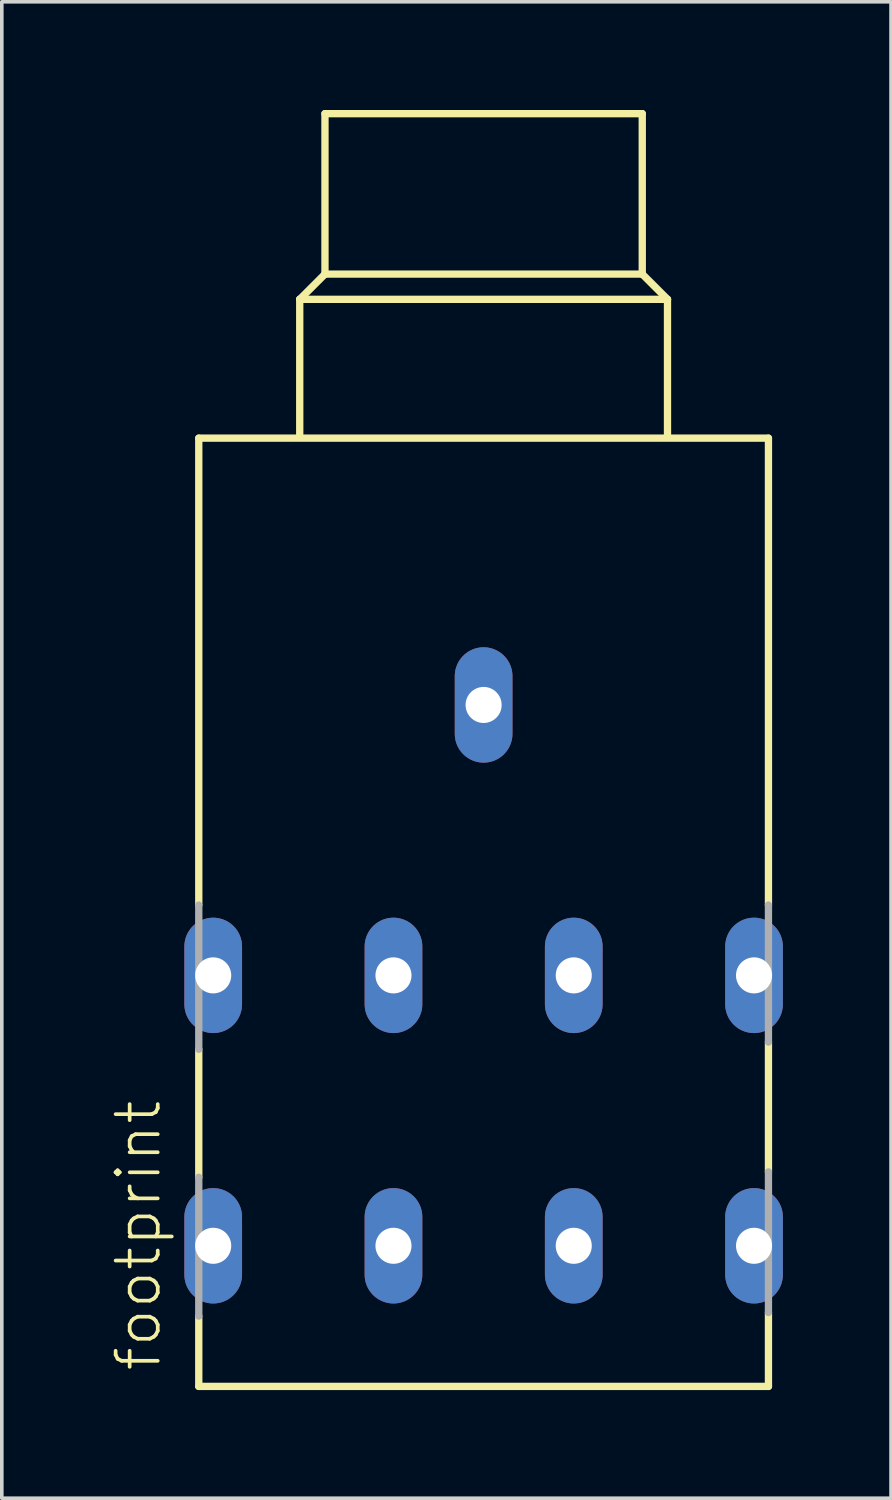
<source format=kicad_pcb>
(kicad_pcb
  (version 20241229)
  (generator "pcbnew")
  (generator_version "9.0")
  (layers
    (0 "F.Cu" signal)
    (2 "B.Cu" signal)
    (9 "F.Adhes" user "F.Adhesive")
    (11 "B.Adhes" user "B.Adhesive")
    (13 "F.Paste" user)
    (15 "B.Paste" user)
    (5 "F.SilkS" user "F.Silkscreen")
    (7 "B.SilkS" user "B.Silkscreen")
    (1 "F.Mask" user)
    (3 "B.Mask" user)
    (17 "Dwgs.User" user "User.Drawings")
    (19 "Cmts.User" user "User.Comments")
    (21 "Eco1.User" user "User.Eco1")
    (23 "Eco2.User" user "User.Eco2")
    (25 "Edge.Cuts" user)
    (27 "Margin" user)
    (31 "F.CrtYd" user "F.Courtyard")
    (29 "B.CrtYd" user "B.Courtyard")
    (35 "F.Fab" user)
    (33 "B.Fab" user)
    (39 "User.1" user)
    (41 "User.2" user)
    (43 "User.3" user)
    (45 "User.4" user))
  (footprint "footprint"
    (layer "F.Cu")
    (at 10.363 9.002)
    (property "Reference" "footprint" (at -8.89 26.035 90) (layer "F.SilkS") (effects (font (size 1.168 1.168) (thickness 0.102)) (justify left bottom)))
    (fp_line (start -7.9 0.1) (end 7.9 0.1) (stroke (width 0.203) (type solid)) (layer "F.SilkS"))
    (fp_line (start -7.9 13.05) (end -7.9 0.1) (stroke (width 0.203) (type solid)) (layer "F.SilkS"))
    (fp_line (start -7.9 20.6) (end -7.9 17.05) (stroke (width 0.203) (type solid)) (layer "F.SilkS"))
    (fp_line (start -7.9 26.4) (end -7.9 24.45) (stroke (width 0.203) (type solid)) (layer "F.SilkS"))
    (fp_line (start -5.1 -3.75) (end 5.1 -3.75) (stroke (width 0.203) (type solid)) (layer "F.SilkS"))
    (fp_line (start -5.1 0) (end -5.1 -3.75) (stroke (width 0.203) (type solid)) (layer "F.SilkS"))
    (fp_line (start -4.4 -8.9) (end 4.4 -8.9) (stroke (width 0.203) (type solid)) (layer "F.SilkS"))
    (fp_line (start -4.4 -4.45) (end -5.1 -3.75) (stroke (width 0.203) (type solid)) (layer "F.SilkS"))
    (fp_line (start -4.4 -4.45) (end -4.4 -8.9) (stroke (width 0.203) (type solid)) (layer "F.SilkS"))
    (fp_line (start 4.4 -8.9) (end 4.4 -4.45) (stroke (width 0.203) (type solid)) (layer "F.SilkS"))
    (fp_line (start 4.4 -4.45) (end -4.4 -4.45) (stroke (width 0.203) (type solid)) (layer "F.SilkS"))
    (fp_line (start 4.4 -4.45) (end 5.1 -3.75) (stroke (width 0.203) (type solid)) (layer "F.SilkS"))
    (fp_line (start 5.1 -3.75) (end 5.1 0) (stroke (width 0.203) (type solid)) (layer "F.SilkS"))
    (fp_line (start 7.9 0.1) (end 7.9 13.05) (stroke (width 0.203) (type solid)) (layer "F.SilkS"))
    (fp_line (start 7.9 16.85) (end 7.9 20.45) (stroke (width 0.203) (type solid)) (layer "F.SilkS"))
    (fp_line (start 7.9 24.35) (end 7.9 26.4) (stroke (width 0.203) (type solid)) (layer "F.SilkS"))
    (fp_line (start 7.9 26.4) (end -7.9 26.4) (stroke (width 0.203) (type solid)) (layer "F.SilkS"))
    (fp_line (start -7.9 17.05) (end -7.9 13.05) (stroke (width 0.203) (type solid)) (layer "F.Fab"))
    (fp_line (start -7.9 24.45) (end -7.9 20.6) (stroke (width 0.203) (type solid)) (layer "F.Fab"))
    (fp_line (start 7.9 13.05) (end 7.9 16.85) (stroke (width 0.203) (type solid)) (layer "F.Fab"))
    (fp_line (start 7.9 20.45) (end 7.9 24.35) (stroke (width 0.203) (type solid)) (layer "F.Fab"))
    (pad "1" thru_hole oval (at 0 7.5 90) (size 3.2 1.6) (drill 1) (layers "*.Cu" "*.Mask"))
    (pad "2" thru_hole oval (at 2.5 22.5 90) (size 3.2 1.6) (drill 1) (layers "*.Cu" "*.Mask"))
    (pad "3" thru_hole oval (at -2.5 22.5 90) (size 3.2 1.6) (drill 1) (layers "*.Cu" "*.Mask"))
    (pad "4" thru_hole oval (at 2.5 15 90) (size 3.2 1.6) (drill 1) (layers "*.Cu" "*.Mask"))
    (pad "5" thru_hole oval (at 7.5 15 90) (size 3.2 1.6) (drill 1) (layers "*.Cu" "*.Mask"))
    (pad "6" thru_hole oval (at 7.5 22.5 90) (size 3.2 1.6) (drill 1) (layers "*.Cu" "*.Mask"))
    (pad "7" thru_hole oval (at -2.5 15 90) (size 3.2 1.6) (drill 1) (layers "*.Cu" "*.Mask"))
    (pad "8" thru_hole oval (at -7.5 15 90) (size 3.2 1.6) (drill 1) (layers "*.Cu" "*.Mask"))
    (pad "9" thru_hole oval (at -7.5 22.5 90) (size 3.2 1.6) (drill 1) (layers "*.Cu" "*.Mask")))
  (gr_rect
    (start -3 -3)
    (end 21.663 38.503)
    (stroke (width 0.1) (type default))
    (fill no)
    (layer "Edge.Cuts")))
</source>
